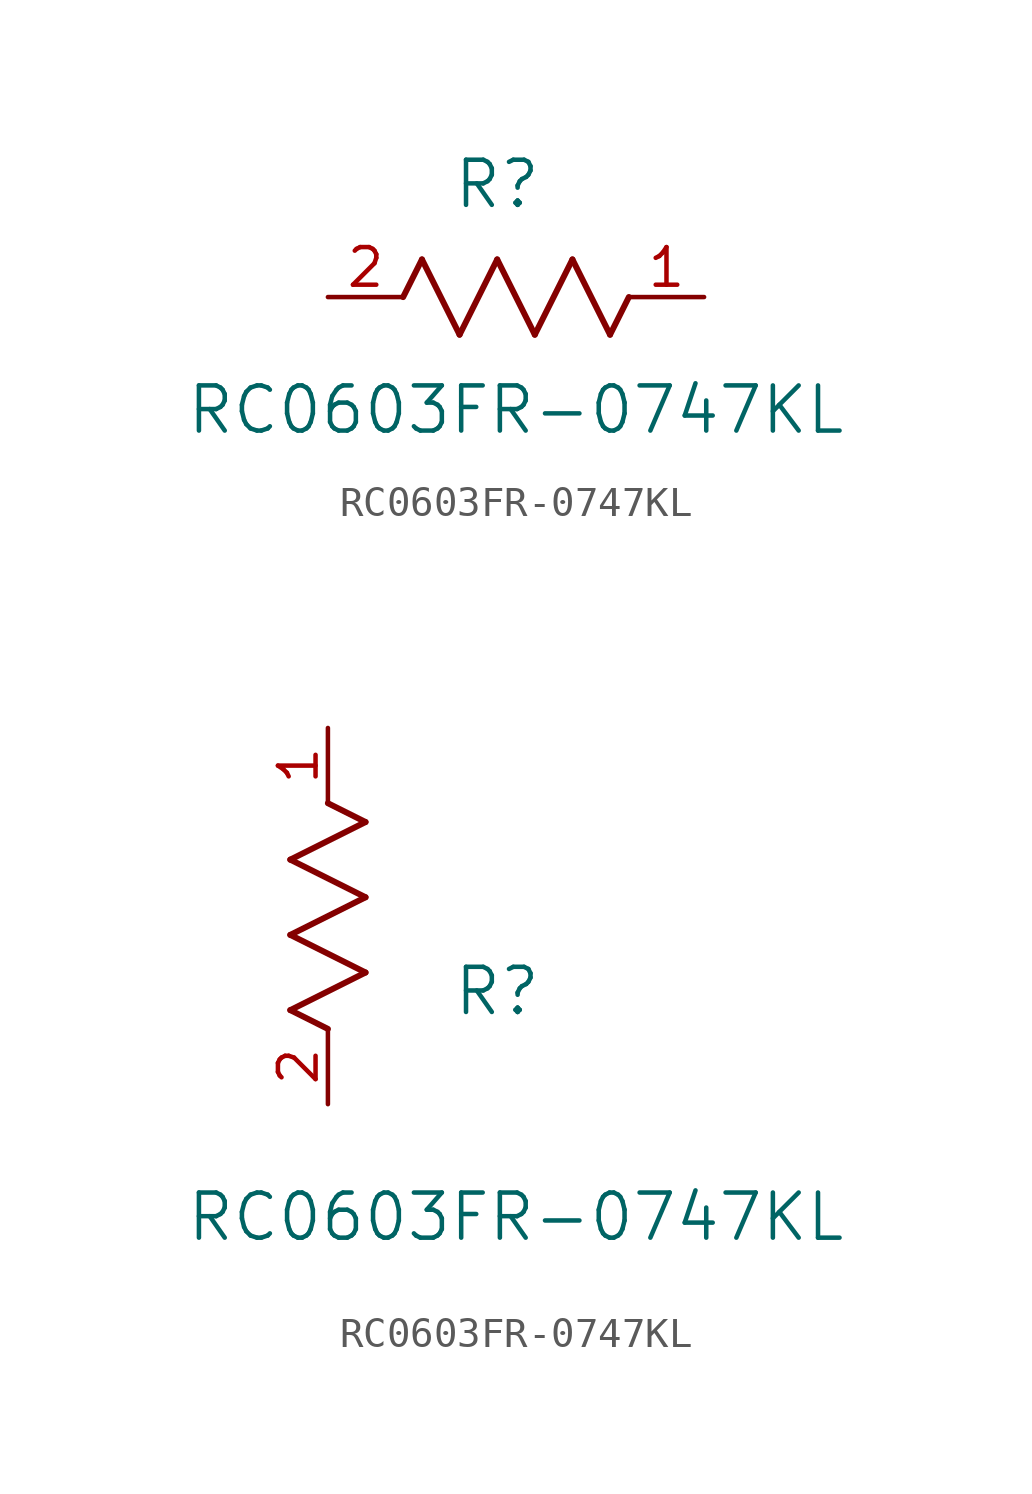
<source format=kicad_sym>
(kicad_symbol_lib
  (version 20241209)
  (generator "kicad_symbol_editor")
  (generator_version "9.0")
  (symbol "RC0603FR-0747KL"
    (pin_names
      (offset 0.254))
    (property "Reference" "R"
      (at 5.715 3.81 0)
      (effects (font (size 1.524 1.524))))
    (property "Value" "RC0603FR-0747KL"
      (at 6.35 -3.81 0)
      (effects (font (size 1.524 1.524))))
    (symbol "RC0603FR-0747KL_1_1"
      (polyline (pts (xy 2.54 0) (xy 3.175 1.27)) (stroke (width 0.203) (type default)) (fill (type none)))
      (polyline (pts (xy 3.175 1.27) (xy 4.445 -1.27)) (stroke (width 0.203) (type default)) (fill (type none)))
      (polyline (pts (xy 4.445 -1.27) (xy 5.715 1.27)) (stroke (width 0.203) (type default)) (fill (type none)))
      (polyline (pts (xy 5.715 1.27) (xy 6.985 -1.27)) (stroke (width 0.203) (type default)) (fill (type none)))
      (polyline (pts (xy 6.985 -1.27) (xy 8.255 1.27)) (stroke (width 0.203) (type default)) (fill (type none)))
      (polyline (pts (xy 8.255 1.27) (xy 9.525 -1.27)) (stroke (width 0.203) (type default)) (fill (type none)))
      (polyline (pts (xy 9.525 -1.27) (xy 10.16 0)) (stroke (width 0.203) (type default)) (fill (type none)))
      (pin unspecified line (at 0 0 0) (length 2.54) (name "" (effects (font (size 1.27 1.27)))) (number "2" (effects (font (size 1.27 1.27)))))
      (pin unspecified line (at 12.7 0 180) (length 2.54) (name "" (effects (font (size 1.27 1.27)))) (number "1" (effects (font (size 1.27 1.27))))))
    (symbol "RC0603FR-0747KL_1_2"
      (polyline (pts (xy -1.27 8.255) (xy 1.27 9.525)) (stroke (width 0.203) (type default)) (fill (type none)))
      (polyline (pts (xy -1.27 5.715) (xy 1.27 6.985)) (stroke (width 0.203) (type default)) (fill (type none)))
      (polyline (pts (xy -1.27 3.175) (xy 1.27 4.445)) (stroke (width 0.203) (type default)) (fill (type none)))
      (polyline (pts (xy 0 2.54) (xy -1.27 3.175)) (stroke (width 0.203) (type default)) (fill (type none)))
      (polyline (pts (xy 1.27 9.525) (xy 0 10.16)) (stroke (width 0.203) (type default)) (fill (type none)))
      (polyline (pts (xy 1.27 6.985) (xy -1.27 8.255)) (stroke (width 0.203) (type default)) (fill (type none)))
      (polyline (pts (xy 1.27 4.445) (xy -1.27 5.715)) (stroke (width 0.203) (type default)) (fill (type none)))
      (pin unspecified line (at 0 12.7 270) (length 2.54) (name "" (effects (font (size 1.27 1.27)))) (number "1" (effects (font (size 1.27 1.27)))))
      (pin unspecified line (at 0 0 90) (length 2.54) (name "" (effects (font (size 1.27 1.27)))) (number "2" (effects (font (size 1.27 1.27))))))))
</source>
